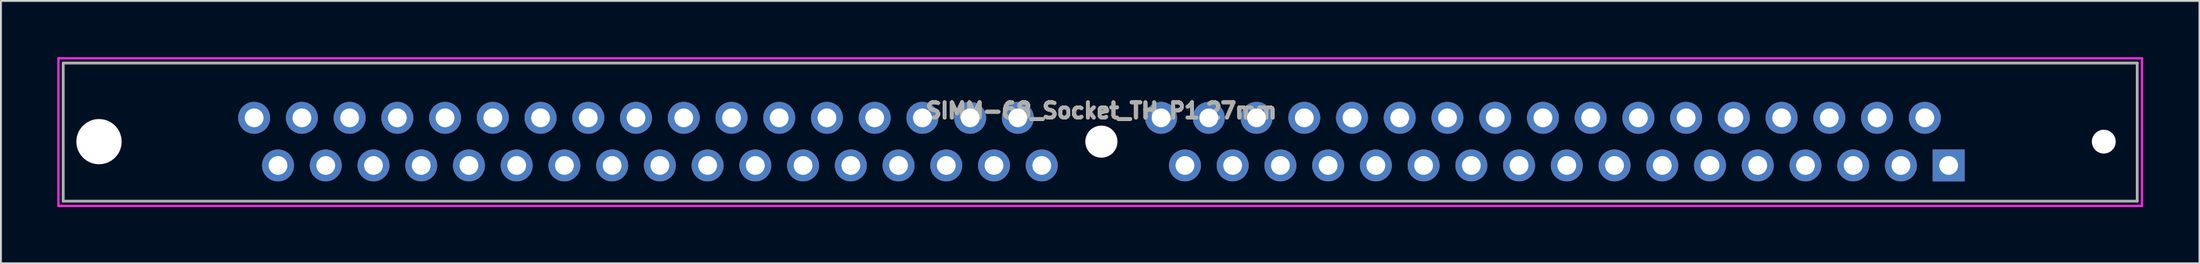
<source format=kicad_pcb>
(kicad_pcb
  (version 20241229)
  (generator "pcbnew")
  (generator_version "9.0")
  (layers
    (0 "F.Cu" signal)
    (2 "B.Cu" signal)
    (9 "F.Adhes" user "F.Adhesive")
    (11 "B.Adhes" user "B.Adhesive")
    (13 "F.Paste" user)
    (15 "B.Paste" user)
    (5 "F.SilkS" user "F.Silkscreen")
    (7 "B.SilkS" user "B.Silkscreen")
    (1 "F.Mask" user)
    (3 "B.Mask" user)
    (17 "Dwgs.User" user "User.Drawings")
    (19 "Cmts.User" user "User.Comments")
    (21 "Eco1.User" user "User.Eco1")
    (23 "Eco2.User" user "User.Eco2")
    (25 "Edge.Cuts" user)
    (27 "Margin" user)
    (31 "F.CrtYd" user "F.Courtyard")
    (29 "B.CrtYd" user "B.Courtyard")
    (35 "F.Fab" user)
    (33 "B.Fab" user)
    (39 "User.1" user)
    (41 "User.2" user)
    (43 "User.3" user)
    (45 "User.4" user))
  (footprint "SIMM-68_Socket_TH_P1.27mm"
    (layer "F.Cu")
    (at 55.559 4.505)
    (property "Reference" "SIMM-68_Socket_TH_P1.27mm" (at 0 -1.651 0) (layer "F.SilkS") (effects (font (size 0.813 0.813) (thickness 0.203))))
    (attr through_hole)
    (fp_line (start -55.499 -4.445) (end -55.499 3.429) (stroke (width 0.12) (type solid)) (layer "F.CrtYd"))
    (fp_line (start -55.499 3.429) (end 55.372 3.429) (stroke (width 0.12) (type solid)) (layer "F.CrtYd"))
    (fp_line (start 55.372 -4.445) (end -55.499 -4.445) (stroke (width 0.12) (type solid)) (layer "F.CrtYd"))
    (fp_line (start 55.372 3.429) (end 55.372 -4.445) (stroke (width 0.12) (type solid)) (layer "F.CrtYd"))
    (fp_line (start -55.245 -4.191) (end -55.245 3.175) (stroke (width 0.15) (type solid)) (layer "F.Fab"))
    (fp_line (start 55.118 -4.191) (end -55.245 -4.191) (stroke (width 0.15) (type solid)) (layer "F.Fab"))
    (fp_line (start 55.118 3.175) (end -55.245 3.175) (stroke (width 0.15) (type solid)) (layer "F.Fab"))
    (fp_line (start 55.118 3.175) (end 55.118 -4.191) (stroke (width 0.15) (type solid)) (layer "F.Fab"))
    (fp_text user "${REFERENCE}" (at 0 -1.651 0) (layer "F.Fab") (effects (font (size 0.813 0.813) (thickness 0.203))))
    (pad "" np_thru_hole circle (at -53.34 0) (size 2.41 2.41) (drill 2.41) (layers "*.Cu" "*.Mask"))
    (pad "" np_thru_hole circle (at 0 0) (size 1.71 1.71) (drill 1.71) (layers "*.Cu" "*.Mask"))
    (pad "" np_thru_hole circle (at 53.34 0) (size 1.27 1.27) (drill 1.27) (layers "*.Cu" "*.Mask"))
    (pad "1" thru_hole rect (at 45.085 1.27 270) (size 1.7 1.7) (drill 1) (layers "*.Cu" "*.Mask"))
    (pad "2" thru_hole oval (at 43.815 -1.27 270) (size 1.7 1.7) (drill 1) (layers "*.Cu" "*.Mask"))
    (pad "3" thru_hole oval (at 42.545 1.27 270) (size 1.7 1.7) (drill 1) (layers "*.Cu" "*.Mask"))
    (pad "4" thru_hole oval (at 41.275 -1.27 270) (size 1.7 1.7) (drill 1) (layers "*.Cu" "*.Mask"))
    (pad "5" thru_hole oval (at 40.005 1.27 270) (size 1.7 1.7) (drill 1) (layers "*.Cu" "*.Mask"))
    (pad "6" thru_hole oval (at 38.735 -1.27 270) (size 1.7 1.7) (drill 1) (layers "*.Cu" "*.Mask"))
    (pad "7" thru_hole oval (at 37.465 1.27 270) (size 1.7 1.7) (drill 1) (layers "*.Cu" "*.Mask"))
    (pad "8" thru_hole oval (at 36.195 -1.27 270) (size 1.7 1.7) (drill 1) (layers "*.Cu" "*.Mask"))
    (pad "9" thru_hole oval (at 34.925 1.27 270) (size 1.7 1.7) (drill 1) (layers "*.Cu" "*.Mask"))
    (pad "10" thru_hole oval (at 33.655 -1.27 270) (size 1.7 1.7) (drill 1) (layers "*.Cu" "*.Mask"))
    (pad "11" thru_hole oval (at 32.385 1.27 270) (size 1.7 1.7) (drill 1) (layers "*.Cu" "*.Mask"))
    (pad "12" thru_hole oval (at 31.115 -1.27 270) (size 1.7 1.7) (drill 1) (layers "*.Cu" "*.Mask"))
    (pad "13" thru_hole oval (at 29.845 1.27 270) (size 1.7 1.7) (drill 1) (layers "*.Cu" "*.Mask"))
    (pad "14" thru_hole oval (at 28.575 -1.27 270) (size 1.7 1.7) (drill 1) (layers "*.Cu" "*.Mask"))
    (pad "15" thru_hole oval (at 27.305 1.27 270) (size 1.7 1.7) (drill 1) (layers "*.Cu" "*.Mask"))
    (pad "16" thru_hole oval (at 26.035 -1.27 270) (size 1.7 1.7) (drill 1) (layers "*.Cu" "*.Mask"))
    (pad "17" thru_hole oval (at 24.765 1.27 270) (size 1.7 1.7) (drill 1) (layers "*.Cu" "*.Mask"))
    (pad "18" thru_hole oval (at 23.495 -1.27 270) (size 1.7 1.7) (drill 1) (layers "*.Cu" "*.Mask"))
    (pad "19" thru_hole oval (at 22.225 1.27 270) (size 1.7 1.7) (drill 1) (layers "*.Cu" "*.Mask"))
    (pad "20" thru_hole oval (at 20.955 -1.27 270) (size 1.7 1.7) (drill 1) (layers "*.Cu" "*.Mask"))
    (pad "21" thru_hole oval (at 19.685 1.27 270) (size 1.7 1.7) (drill 1) (layers "*.Cu" "*.Mask"))
    (pad "22" thru_hole oval (at 18.415 -1.27 270) (size 1.7 1.7) (drill 1) (layers "*.Cu" "*.Mask"))
    (pad "23" thru_hole oval (at 17.145 1.27 270) (size 1.7 1.7) (drill 1) (layers "*.Cu" "*.Mask"))
    (pad "24" thru_hole oval (at 15.875 -1.27 270) (size 1.7 1.7) (drill 1) (layers "*.Cu" "*.Mask"))
    (pad "25" thru_hole oval (at 14.605 1.27 270) (size 1.7 1.7) (drill 1) (layers "*.Cu" "*.Mask"))
    (pad "26" thru_hole oval (at 13.335 -1.27 270) (size 1.7 1.7) (drill 1) (layers "*.Cu" "*.Mask"))
    (pad "27" thru_hole oval (at 12.065 1.27 270) (size 1.7 1.7) (drill 1) (layers "*.Cu" "*.Mask"))
    (pad "28" thru_hole oval (at 10.795 -1.27 270) (size 1.7 1.7) (drill 1) (layers "*.Cu" "*.Mask"))
    (pad "29" thru_hole oval (at 9.525 1.27 270) (size 1.7 1.7) (drill 1) (layers "*.Cu" "*.Mask"))
    (pad "30" thru_hole oval (at 8.255 -1.27 270) (size 1.7 1.7) (drill 1) (layers "*.Cu" "*.Mask"))
    (pad "31" thru_hole oval (at 6.985 1.27 270) (size 1.7 1.7) (drill 1) (layers "*.Cu" "*.Mask"))
    (pad "32" thru_hole oval (at 5.715 -1.27 270) (size 1.7 1.7) (drill 1) (layers "*.Cu" "*.Mask"))
    (pad "33" thru_hole oval (at 4.445 1.27 270) (size 1.7 1.7) (drill 1) (layers "*.Cu" "*.Mask"))
    (pad "34" thru_hole oval (at 3.175 -1.27 270) (size 1.7 1.7) (drill 1) (layers "*.Cu" "*.Mask"))
    (pad "35" thru_hole oval (at -3.175 1.27 270) (size 1.7 1.7) (drill 1) (layers "*.Cu" "*.Mask"))
    (pad "36" thru_hole oval (at -4.445 -1.27 270) (size 1.7 1.7) (drill 1) (layers "*.Cu" "*.Mask"))
    (pad "37" thru_hole oval (at -5.715 1.27 270) (size 1.7 1.7) (drill 1) (layers "*.Cu" "*.Mask"))
    (pad "38" thru_hole oval (at -6.985 -1.27 270) (size 1.7 1.7) (drill 1) (layers "*.Cu" "*.Mask"))
    (pad "39" thru_hole oval (at -8.255 1.27 270) (size 1.7 1.7) (drill 1) (layers "*.Cu" "*.Mask"))
    (pad "40" thru_hole oval (at -9.525 -1.27 270) (size 1.7 1.7) (drill 1) (layers "*.Cu" "*.Mask"))
    (pad "41" thru_hole oval (at -10.795 1.27 270) (size 1.7 1.7) (drill 1) (layers "*.Cu" "*.Mask"))
    (pad "42" thru_hole oval (at -12.065 -1.27 270) (size 1.7 1.7) (drill 1) (layers "*.Cu" "*.Mask"))
    (pad "43" thru_hole oval (at -13.335 1.27 270) (size 1.7 1.7) (drill 1) (layers "*.Cu" "*.Mask"))
    (pad "44" thru_hole oval (at -14.605 -1.27 270) (size 1.7 1.7) (drill 1) (layers "*.Cu" "*.Mask"))
    (pad "45" thru_hole oval (at -15.875 1.27 270) (size 1.7 1.7) (drill 1) (layers "*.Cu" "*.Mask"))
    (pad "46" thru_hole oval (at -17.145 -1.27 270) (size 1.7 1.7) (drill 1) (layers "*.Cu" "*.Mask"))
    (pad "47" thru_hole oval (at -18.415 1.27 270) (size 1.7 1.7) (drill 1) (layers "*.Cu" "*.Mask"))
    (pad "48" thru_hole oval (at -19.685 -1.27 270) (size 1.7 1.7) (drill 1) (layers "*.Cu" "*.Mask"))
    (pad "49" thru_hole oval (at -20.955 1.27 270) (size 1.7 1.7) (drill 1) (layers "*.Cu" "*.Mask"))
    (pad "50" thru_hole oval (at -22.225 -1.27 270) (size 1.7 1.7) (drill 1) (layers "*.Cu" "*.Mask"))
    (pad "51" thru_hole oval (at -23.495 1.27 270) (size 1.7 1.7) (drill 1) (layers "*.Cu" "*.Mask"))
    (pad "52" thru_hole oval (at -24.765 -1.27 270) (size 1.7 1.7) (drill 1) (layers "*.Cu" "*.Mask"))
    (pad "53" thru_hole oval (at -26.035 1.27 270) (size 1.7 1.7) (drill 1) (layers "*.Cu" "*.Mask"))
    (pad "54" thru_hole oval (at -27.305 -1.27 270) (size 1.7 1.7) (drill 1) (layers "*.Cu" "*.Mask"))
    (pad "55" thru_hole oval (at -28.575 1.27 270) (size 1.7 1.7) (drill 1) (layers "*.Cu" "*.Mask"))
    (pad "56" thru_hole oval (at -29.845 -1.27 270) (size 1.7 1.7) (drill 1) (layers "*.Cu" "*.Mask"))
    (pad "57" thru_hole oval (at -31.115 1.27 270) (size 1.7 1.7) (drill 1) (layers "*.Cu" "*.Mask"))
    (pad "58" thru_hole oval (at -32.385 -1.27 270) (size 1.7 1.7) (drill 1) (layers "*.Cu" "*.Mask"))
    (pad "59" thru_hole oval (at -33.655 1.27 270) (size 1.7 1.7) (drill 1) (layers "*.Cu" "*.Mask"))
    (pad "60" thru_hole oval (at -34.925 -1.27 270) (size 1.7 1.7) (drill 1) (layers "*.Cu" "*.Mask"))
    (pad "61" thru_hole oval (at -36.195 1.27 270) (size 1.7 1.7) (drill 1) (layers "*.Cu" "*.Mask"))
    (pad "62" thru_hole oval (at -37.465 -1.27 270) (size 1.7 1.7) (drill 1) (layers "*.Cu" "*.Mask"))
    (pad "63" thru_hole oval (at -38.735 1.27 270) (size 1.7 1.7) (drill 1) (layers "*.Cu" "*.Mask"))
    (pad "64" thru_hole oval (at -40.005 -1.27 270) (size 1.7 1.7) (drill 1) (layers "*.Cu" "*.Mask"))
    (pad "65" thru_hole oval (at -41.275 1.27 270) (size 1.7 1.7) (drill 1) (layers "*.Cu" "*.Mask"))
    (pad "66" thru_hole oval (at -42.545 -1.27 270) (size 1.7 1.7) (drill 1) (layers "*.Cu" "*.Mask"))
    (pad "67" thru_hole oval (at -43.815 1.27 270) (size 1.7 1.7) (drill 1) (layers "*.Cu" "*.Mask"))
    (pad "68" thru_hole oval (at -45.085 -1.27 270) (size 1.7 1.7) (drill 1) (layers "*.Cu" "*.Mask")))
  (gr_rect
    (start -3 -3)
    (end 113.991 10.994)
    (stroke (width 0.1) (type default))
    (fill no)
    (layer "Edge.Cuts")))
</source>
